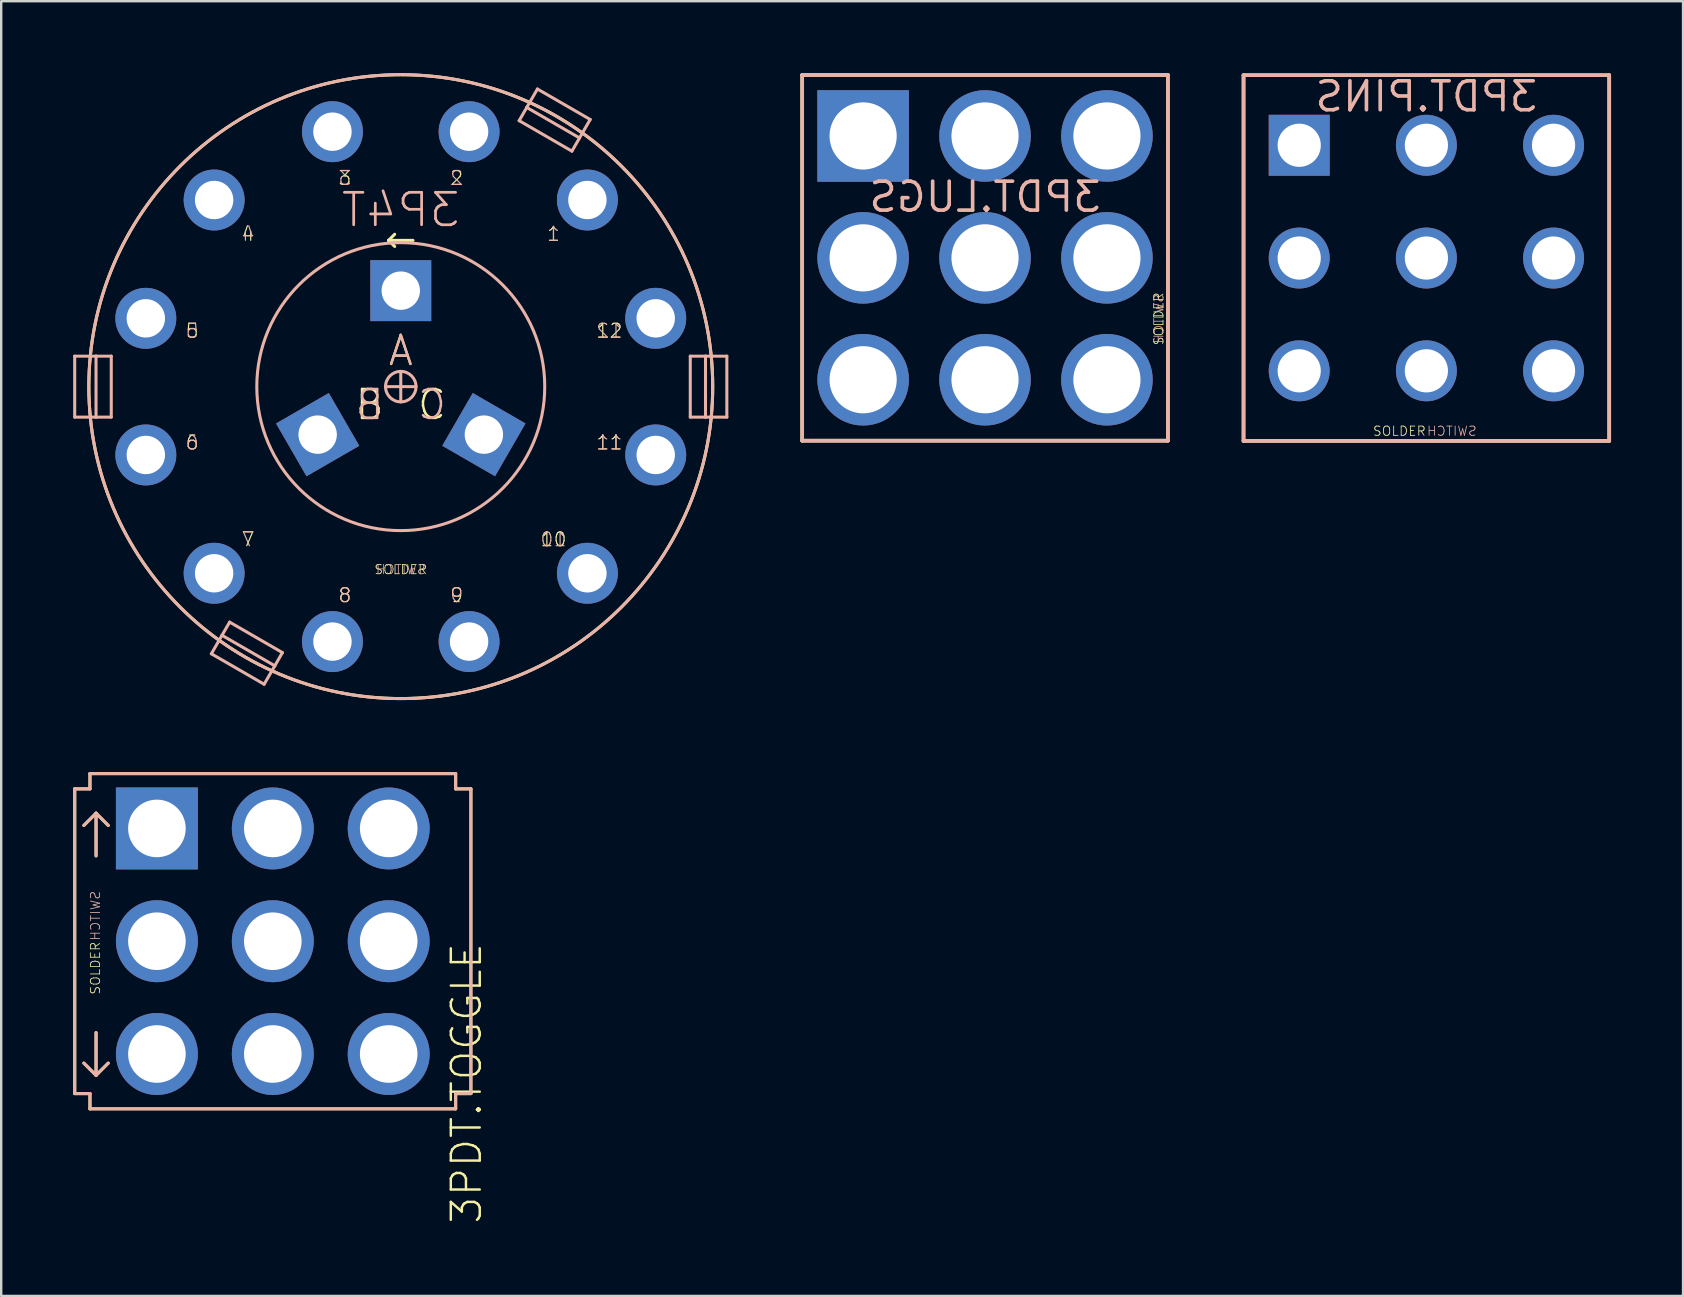
<source format=kicad_pcb>
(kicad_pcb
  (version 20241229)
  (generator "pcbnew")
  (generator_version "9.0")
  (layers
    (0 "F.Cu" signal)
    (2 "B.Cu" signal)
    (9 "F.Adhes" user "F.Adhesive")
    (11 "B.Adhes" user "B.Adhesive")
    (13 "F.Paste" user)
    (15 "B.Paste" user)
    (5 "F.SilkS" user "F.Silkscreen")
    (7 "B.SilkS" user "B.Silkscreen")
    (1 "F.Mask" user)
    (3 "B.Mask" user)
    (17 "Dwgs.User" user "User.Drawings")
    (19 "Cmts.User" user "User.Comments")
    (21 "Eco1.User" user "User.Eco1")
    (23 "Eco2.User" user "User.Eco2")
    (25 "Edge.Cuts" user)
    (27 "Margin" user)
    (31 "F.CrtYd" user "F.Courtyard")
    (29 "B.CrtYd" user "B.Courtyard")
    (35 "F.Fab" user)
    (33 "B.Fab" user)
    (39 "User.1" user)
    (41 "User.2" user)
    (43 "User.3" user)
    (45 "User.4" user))
  (footprint "3PDT.PINS"
    (layer "F.Cu")
    (at 56.394 7.704)
    (property "Reference" "3PDT.PINS" (at 0 -6.731 0) (layer "B.SilkS") (effects (font (size 1.206 1.206) (thickness 0.152)) (justify mirror)))
    (attr through_hole)
    (fp_line (start -7.62 -7.62) (end 7.62 -7.62) (stroke (width 0.152) (type solid)) (layer "F.SilkS"))
    (fp_line (start -7.62 7.62) (end -7.62 -7.62) (stroke (width 0.152) (type solid)) (layer "F.SilkS"))
    (fp_line (start 7.62 -7.62) (end 7.62 7.62) (stroke (width 0.152) (type solid)) (layer "F.SilkS"))
    (fp_line (start 7.62 7.62) (end -7.62 7.62) (stroke (width 0.152) (type solid)) (layer "F.SilkS"))
    (fp_line (start -7.62 -7.62) (end -7.62 7.62) (stroke (width 0.152) (type solid)) (layer "B.SilkS"))
    (fp_line (start -7.62 7.62) (end 7.62 7.62) (stroke (width 0.152) (type solid)) (layer "B.SilkS"))
    (fp_line (start -0.635 0) (end 0.635 0) (stroke (width 0.127) (type solid)) (layer "B.SilkS"))
    (fp_line (start 0 -0.635) (end 0 0.635) (stroke (width 0.127) (type solid)) (layer "B.SilkS"))
    (fp_line (start 7.62 -7.62) (end -7.62 -7.62) (stroke (width 0.152) (type solid)) (layer "B.SilkS"))
    (fp_line (start 7.62 7.62) (end 7.62 -7.62) (stroke (width 0.152) (type solid)) (layer "B.SilkS"))
    (fp_circle (center 0 0) (end 0.635 0) (stroke (width 0.127) (type solid)) (fill no) (layer "B.SilkS"))
    (fp_text user "SOLDER" (at 0 6.985 0) (layer "F.SilkS") (effects (font (size 0.386 0.386) (thickness 0.033)) (justify right top)))
    (fp_text user "SWITCH" (at 0 6.985 0) (layer "B.SilkS") (effects (font (size 0.386 0.386) (thickness 0.033)) (justify right top mirror)))
    (pad "A1" thru_hole rect (at -5.3 -4.7 180) (size 2.54 2.54) (drill 1.8) (layers "*.Cu" "*.Mask"))
    (pad "A2" thru_hole oval (at -5.3 0 180) (size 2.54 2.54) (drill 1.8) (layers "*.Cu" "*.Mask"))
    (pad "A3" thru_hole oval (at -5.3 4.7 180) (size 2.54 2.54) (drill 1.8) (layers "*.Cu" "*.Mask"))
    (pad "B1" thru_hole oval (at 0 -4.7 180) (size 2.54 2.54) (drill 1.8) (layers "*.Cu" "*.Mask"))
    (pad "B2" thru_hole oval (at 0 0 180) (size 2.54 2.54) (drill 1.8) (layers "*.Cu" "*.Mask"))
    (pad "B3" thru_hole oval (at 0 4.7 180) (size 2.54 2.54) (drill 1.8) (layers "*.Cu" "*.Mask"))
    (pad "C1" thru_hole oval (at 5.3 -4.7 180) (size 2.54 2.54) (drill 1.8) (layers "*.Cu" "*.Mask"))
    (pad "C2" thru_hole oval (at 5.3 0 180) (size 2.54 2.54) (drill 1.8) (layers "*.Cu" "*.Mask"))
    (pad "C3" thru_hole oval (at 5.3 4.7 180) (size 2.54 2.54) (drill 1.8) (layers "*.Cu" "*.Mask")))
  (footprint "3PDT.TOGGLE"
    (layer "F.Cu")
    (at 8.319 36.175)
    (property "Reference" "3PDT.TOGGLE" (at 7.366 0 90) (layer "F.SilkS") (effects (font (size 1.206 1.206) (thickness 0.102)) (justify right top)))
    (attr through_hole)
    (fp_line (start -8.255 -6.35) (end -8.255 6.35) (stroke (width 0.127) (type solid)) (layer "F.SilkS"))
    (fp_line (start -8.255 6.35) (end -7.62 6.35) (stroke (width 0.127) (type solid)) (layer "F.SilkS"))
    (fp_line (start -7.62 -6.985) (end -7.62 -6.35) (stroke (width 0.127) (type solid)) (layer "F.SilkS"))
    (fp_line (start -7.62 -6.35) (end -8.255 -6.35) (stroke (width 0.127) (type solid)) (layer "F.SilkS"))
    (fp_line (start -7.62 6.35) (end -7.62 6.985) (stroke (width 0.127) (type solid)) (layer "F.SilkS"))
    (fp_line (start -7.62 6.985) (end 7.62 6.985) (stroke (width 0.127) (type solid)) (layer "F.SilkS"))
    (fp_line (start -7.366 -5.334) (end -7.874 -4.826) (stroke (width 0.127) (type solid)) (layer "F.SilkS"))
    (fp_line (start -7.366 -5.334) (end -6.858 -4.826) (stroke (width 0.127) (type solid)) (layer "F.SilkS"))
    (fp_line (start -7.366 -3.556) (end -7.366 -5.334) (stroke (width 0.127) (type solid)) (layer "F.SilkS"))
    (fp_line (start -7.366 3.81) (end -7.366 5.588) (stroke (width 0.127) (type solid)) (layer "F.SilkS"))
    (fp_line (start -7.366 5.588) (end -7.874 5.08) (stroke (width 0.127) (type solid)) (layer "F.SilkS"))
    (fp_line (start -7.366 5.588) (end -6.858 5.08) (stroke (width 0.127) (type solid)) (layer "F.SilkS"))
    (fp_line (start 7.62 -6.985) (end -7.62 -6.985) (stroke (width 0.127) (type solid)) (layer "F.SilkS"))
    (fp_line (start 7.62 -6.35) (end 7.62 -6.985) (stroke (width 0.127) (type solid)) (layer "F.SilkS"))
    (fp_line (start 7.62 6.35) (end 8.255 6.35) (stroke (width 0.127) (type solid)) (layer "F.SilkS"))
    (fp_line (start 7.62 6.985) (end 7.62 6.35) (stroke (width 0.127) (type solid)) (layer "F.SilkS"))
    (fp_line (start 8.255 -6.35) (end 7.62 -6.35) (stroke (width 0.127) (type solid)) (layer "F.SilkS"))
    (fp_line (start 8.255 6.35) (end 8.255 -6.35) (stroke (width 0.127) (type solid)) (layer "F.SilkS"))
    (fp_line (start -8.255 -6.35) (end -7.62 -6.35) (stroke (width 0.127) (type solid)) (layer "B.SilkS"))
    (fp_line (start -8.255 6.35) (end -8.255 -6.35) (stroke (width 0.127) (type solid)) (layer "B.SilkS"))
    (fp_line (start -7.62 -6.985) (end 7.62 -6.985) (stroke (width 0.127) (type solid)) (layer "B.SilkS"))
    (fp_line (start -7.62 -6.35) (end -7.62 -6.985) (stroke (width 0.127) (type solid)) (layer "B.SilkS"))
    (fp_line (start -7.62 6.35) (end -8.255 6.35) (stroke (width 0.127) (type solid)) (layer "B.SilkS"))
    (fp_line (start -7.62 6.985) (end -7.62 6.35) (stroke (width 0.127) (type solid)) (layer "B.SilkS"))
    (fp_line (start -7.366 -5.334) (end -7.874 -4.826) (stroke (width 0.127) (type solid)) (layer "B.SilkS"))
    (fp_line (start -7.366 -5.334) (end -6.858 -4.826) (stroke (width 0.127) (type solid)) (layer "B.SilkS"))
    (fp_line (start -7.366 -3.556) (end -7.366 -5.334) (stroke (width 0.127) (type solid)) (layer "B.SilkS"))
    (fp_line (start -7.366 3.81) (end -7.366 5.588) (stroke (width 0.127) (type solid)) (layer "B.SilkS"))
    (fp_line (start -7.366 5.588) (end -7.874 5.08) (stroke (width 0.127) (type solid)) (layer "B.SilkS"))
    (fp_line (start -7.366 5.588) (end -6.858 5.08) (stroke (width 0.127) (type solid)) (layer "B.SilkS"))
    (fp_line (start -0.635 0) (end 0.635 0) (stroke (width 0.127) (type solid)) (layer "B.SilkS"))
    (fp_line (start 0 -0.635) (end 0 0.635) (stroke (width 0.127) (type solid)) (layer "B.SilkS"))
    (fp_line (start 7.62 -6.985) (end 7.62 -6.35) (stroke (width 0.127) (type solid)) (layer "B.SilkS"))
    (fp_line (start 7.62 -6.35) (end 8.255 -6.35) (stroke (width 0.127) (type solid)) (layer "B.SilkS"))
    (fp_line (start 7.62 6.35) (end 7.62 6.985) (stroke (width 0.127) (type solid)) (layer "B.SilkS"))
    (fp_line (start 7.62 6.985) (end -7.62 6.985) (stroke (width 0.127) (type solid)) (layer "B.SilkS"))
    (fp_line (start 8.255 -6.35) (end 8.255 6.35) (stroke (width 0.127) (type solid)) (layer "B.SilkS"))
    (fp_line (start 8.255 6.35) (end 7.62 6.35) (stroke (width 0.127) (type solid)) (layer "B.SilkS"))
    (fp_circle (center 0 0) (end 0.635 0) (stroke (width 0.127) (type solid)) (fill no) (layer "B.SilkS"))
    (fp_text user "SOLDER" (at -7.62 0 90) (layer "F.SilkS") (effects (font (size 0.386 0.386) (thickness 0.033)) (justify right top)))
    (fp_text user "SWITCH" (at -7.62 0 270) (layer "B.SilkS") (effects (font (size 0.386 0.386) (thickness 0.033)) (justify right top mirror)))
    (pad "A1" thru_hole rect (at -4.83 -4.7) (size 3.416 3.416) (drill 2.4) (layers "*.Cu" "*.Mask"))
    (pad "A2" thru_hole oval (at -4.83 0) (size 3.416 3.416) (drill 2.4) (layers "*.Cu" "*.Mask"))
    (pad "A3" thru_hole oval (at -4.83 4.7) (size 3.416 3.416) (drill 2.4) (layers "*.Cu" "*.Mask"))
    (pad "B1" thru_hole oval (at 0 -4.7) (size 3.416 3.416) (drill 2.4) (layers "*.Cu" "*.Mask"))
    (pad "B2" thru_hole oval (at 0 0) (size 3.416 3.416) (drill 2.4) (layers "*.Cu" "*.Mask"))
    (pad "B3" thru_hole oval (at 0 4.7) (size 3.416 3.416) (drill 2.4) (layers "*.Cu" "*.Mask"))
    (pad "C1" thru_hole oval (at 4.83 -4.7) (size 3.416 3.416) (drill 2.4) (layers "*.Cu" "*.Mask"))
    (pad "C2" thru_hole oval (at 4.83 0) (size 3.416 3.416) (drill 2.4) (layers "*.Cu" "*.Mask"))
    (pad "C3" thru_hole oval (at 4.83 4.7) (size 3.416 3.416) (drill 2.4) (layers "*.Cu" "*.Mask")))
  (footprint "3PDT.LUGS"
    (layer "F.Cu")
    (at 38.001 7.696)
    (property "Reference" "3PDT.LUGS" (at 0 -2.54 0) (layer "B.SilkS") (effects (font (size 1.206 1.206) (thickness 0.152)) (justify mirror)))
    (attr through_hole)
    (fp_line (start -7.62 -7.62) (end 7.62 -7.62) (stroke (width 0.152) (type solid)) (layer "F.SilkS"))
    (fp_line (start -7.62 7.62) (end -7.62 -7.62) (stroke (width 0.152) (type solid)) (layer "F.SilkS"))
    (fp_line (start 7.62 -7.62) (end 7.62 7.62) (stroke (width 0.152) (type solid)) (layer "F.SilkS"))
    (fp_line (start 7.62 7.62) (end -7.62 7.62) (stroke (width 0.152) (type solid)) (layer "F.SilkS"))
    (fp_line (start -7.62 -7.62) (end -7.62 7.62) (stroke (width 0.152) (type solid)) (layer "B.SilkS"))
    (fp_line (start -7.62 7.62) (end 7.62 7.62) (stroke (width 0.152) (type solid)) (layer "B.SilkS"))
    (fp_line (start -0.635 0) (end 0.635 0) (stroke (width 0.127) (type solid)) (layer "B.SilkS"))
    (fp_line (start 0 -0.635) (end 0 0.635) (stroke (width 0.127) (type solid)) (layer "B.SilkS"))
    (fp_line (start 7.62 -7.62) (end -7.62 -7.62) (stroke (width 0.152) (type solid)) (layer "B.SilkS"))
    (fp_line (start 7.62 7.62) (end 7.62 -7.62) (stroke (width 0.152) (type solid)) (layer "B.SilkS"))
    (fp_circle (center 0 0) (end 0.635 0) (stroke (width 0.127) (type solid)) (fill no) (layer "B.SilkS"))
    (fp_text user "SOLDER" (at 7.239 2.54 90) (layer "F.SilkS") (effects (font (size 0.386 0.386) (thickness 0.033))))
    (fp_text user "SWITCH" (at 7.239 2.54 270) (layer "B.SilkS") (effects (font (size 0.386 0.386) (thickness 0.033)) (justify mirror)))
    (pad "1" thru_hole rect (at -5.08 -5.08 180) (size 3.816 3.816) (drill 2.8) (layers "*.Cu" "*.Mask"))
    (pad "2" thru_hole oval (at -5.08 0 180) (size 3.816 3.816) (drill 2.8) (layers "*.Cu" "*.Mask"))
    (pad "3" thru_hole oval (at -5.08 5.08 180) (size 3.816 3.816) (drill 2.8) (layers "*.Cu" "*.Mask"))
    (pad "4" thru_hole oval (at 0 -5.08 180) (size 3.816 3.816) (drill 2.8) (layers "*.Cu" "*.Mask"))
    (pad "5" thru_hole oval (at 0 0 180) (size 3.816 3.816) (drill 2.8) (layers "*.Cu" "*.Mask"))
    (pad "6" thru_hole oval (at 0 5.08 180) (size 3.816 3.816) (drill 2.8) (layers "*.Cu" "*.Mask"))
    (pad "7" thru_hole oval (at 5.08 -5.08 180) (size 3.816 3.816) (drill 2.8) (layers "*.Cu" "*.Mask"))
    (pad "8" thru_hole oval (at 5.08 0 180) (size 3.816 3.816) (drill 2.8) (layers "*.Cu" "*.Mask"))
    (pad "9" thru_hole oval (at 5.08 5.08 180) (size 3.816 3.816) (drill 2.8) (layers "*.Cu" "*.Mask")))
  (footprint "3P4T"
    (layer "F.Cu")
    (at 13.652 13.063)
    (property "Reference" "3P4T" (at 0 -7.366 0) (layer "B.SilkS") (effects (font (size 1.351 1.351) (thickness 0.114)) (justify mirror)))
    (attr through_hole)
    (fp_line (start -0.508 -6.096) (end -0.254 -6.35) (stroke (width 0.127) (type solid)) (layer "F.SilkS"))
    (fp_line (start -0.508 -6.096) (end -0.254 -5.842) (stroke (width 0.127) (type solid)) (layer "F.SilkS"))
    (fp_line (start 0.508 -6.096) (end -0.508 -6.096) (stroke (width 0.127) (type solid)) (layer "F.SilkS"))
    (fp_circle (center 0 0) (end 13 0) (stroke (width 0.127) (type solid)) (fill no) (layer "F.SilkS"))
    (fp_line (start -13.589 -1.27) (end -12.7 -1.27) (stroke (width 0.127) (type solid)) (layer "B.SilkS"))
    (fp_line (start -13.589 1.27) (end -13.589 -1.27) (stroke (width 0.127) (type solid)) (layer "B.SilkS"))
    (fp_line (start -12.7 -1.27) (end -12.065 -1.27) (stroke (width 0.127) (type solid)) (layer "B.SilkS"))
    (fp_line (start -12.7 1.27) (end -13.589 1.27) (stroke (width 0.127) (type solid)) (layer "B.SilkS"))
    (fp_line (start -12.7 1.27) (end -12.7 -1.27) (stroke (width 0.127) (type solid)) (layer "B.SilkS"))
    (fp_line (start -12.065 -1.27) (end -12.065 1.27) (stroke (width 0.127) (type solid)) (layer "B.SilkS"))
    (fp_line (start -12.065 1.27) (end -12.7 1.27) (stroke (width 0.127) (type solid)) (layer "B.SilkS"))
    (fp_line (start -7.894 11.133) (end -7.45 10.364) (stroke (width 0.127) (type solid)) (layer "B.SilkS"))
    (fp_line (start -7.45 10.364) (end -7.132 9.814) (stroke (width 0.127) (type solid)) (layer "B.SilkS"))
    (fp_line (start -7.132 9.814) (end -4.933 11.084) (stroke (width 0.127) (type solid)) (layer "B.SilkS"))
    (fp_line (start -5.695 12.403) (end -7.894 11.133) (stroke (width 0.127) (type solid)) (layer "B.SilkS"))
    (fp_line (start -5.25 11.634) (end -7.45 10.364) (stroke (width 0.127) (type solid)) (layer "B.SilkS"))
    (fp_line (start -5.25 11.634) (end -5.695 12.403) (stroke (width 0.127) (type solid)) (layer "B.SilkS"))
    (fp_line (start -4.933 11.084) (end -5.25 11.634) (stroke (width 0.127) (type solid)) (layer "B.SilkS"))
    (fp_line (start -0.635 0) (end 0.635 0) (stroke (width 0.127) (type solid)) (layer "B.SilkS"))
    (fp_line (start 0 -0.635) (end 0 0.635) (stroke (width 0.127) (type solid)) (layer "B.SilkS"))
    (fp_line (start 4.933 -11.084) (end 5.25 -11.634) (stroke (width 0.127) (type solid)) (layer "B.SilkS"))
    (fp_line (start 5.25 -11.634) (end 5.695 -12.403) (stroke (width 0.127) (type solid)) (layer "B.SilkS"))
    (fp_line (start 5.25 -11.634) (end 7.45 -10.364) (stroke (width 0.127) (type solid)) (layer "B.SilkS"))
    (fp_line (start 5.695 -12.403) (end 7.894 -11.133) (stroke (width 0.127) (type solid)) (layer "B.SilkS"))
    (fp_line (start 7.132 -9.814) (end 4.933 -11.084) (stroke (width 0.127) (type solid)) (layer "B.SilkS"))
    (fp_line (start 7.45 -10.364) (end 7.132 -9.814) (stroke (width 0.127) (type solid)) (layer "B.SilkS"))
    (fp_line (start 7.894 -11.133) (end 7.45 -10.364) (stroke (width 0.127) (type solid)) (layer "B.SilkS"))
    (fp_line (start 12.065 -1.27) (end 12.7 -1.27) (stroke (width 0.127) (type solid)) (layer "B.SilkS"))
    (fp_line (start 12.065 1.27) (end 12.065 -1.27) (stroke (width 0.127) (type solid)) (layer "B.SilkS"))
    (fp_line (start 12.7 -1.27) (end 12.7 1.27) (stroke (width 0.127) (type solid)) (layer "B.SilkS"))
    (fp_line (start 12.7 -1.27) (end 13.589 -1.27) (stroke (width 0.127) (type solid)) (layer "B.SilkS"))
    (fp_line (start 12.7 1.27) (end 12.065 1.27) (stroke (width 0.127) (type solid)) (layer "B.SilkS"))
    (fp_line (start 13.589 -1.27) (end 13.589 1.27) (stroke (width 0.127) (type solid)) (layer "B.SilkS"))
    (fp_line (start 13.589 1.27) (end 12.7 1.27) (stroke (width 0.127) (type solid)) (layer "B.SilkS"))
    (fp_circle (center 0 0) (end 0.635 0) (stroke (width 0.127) (type solid)) (fill no) (layer "B.SilkS"))
    (fp_circle (center 0 0) (end 6 0) (stroke (width 0.127) (type solid)) (fill no) (layer "B.SilkS"))
    (fp_circle (center 0 0) (end 13 0) (stroke (width 0.127) (type solid)) (fill no) (layer "B.SilkS"))
    (fp_text user "4" (at -6.364 -6.364 0) (layer "F.SilkS") (effects (font (size 0.579 0.579) (thickness 0.049))))
    (fp_text user "C" (at 1.299 0.75 0) (layer "F.SilkS") (effects (font (size 1.206 1.206) (thickness 0.102))))
    (fp_text user "3" (at -2.329 -8.693 0) (layer "F.SilkS") (effects (font (size 0.579 0.579) (thickness 0.049))))
    (fp_text user "1" (at 6.364 -6.364 0) (layer "F.SilkS") (effects (font (size 0.579 0.579) (thickness 0.049))))
    (fp_text user "12" (at 8.693 -2.329 0) (layer "F.SilkS") (effects (font (size 0.579 0.579) (thickness 0.049))))
    (fp_text user "6" (at -8.693 2.329 0) (layer "F.SilkS") (effects (font (size 0.579 0.579) (thickness 0.049))))
    (fp_text user "11" (at 8.693 2.329 0) (layer "F.SilkS") (effects (font (size 0.579 0.579) (thickness 0.049))))
    (fp_text user "10" (at 6.364 6.364 0) (layer "F.SilkS") (effects (font (size 0.579 0.579) (thickness 0.049))))
    (fp_text user "SOLDER" (at 0 7.62 0) (layer "F.SilkS") (effects (font (size 0.386 0.386) (thickness 0.033))))
    (fp_text user "7" (at -6.364 6.364 0) (layer "F.SilkS") (effects (font (size 0.579 0.579) (thickness 0.049))))
    (fp_text user "B" (at -1.299 0.75 0) (layer "F.SilkS") (effects (font (size 1.206 1.206) (thickness 0.102))))
    (fp_text user "A" (at 0 -1.5 0) (layer "F.SilkS") (effects (font (size 1.206 1.206) (thickness 0.102))))
    (fp_text user "5" (at -8.693 -2.329 0) (layer "F.SilkS") (effects (font (size 0.579 0.579) (thickness 0.049))))
    (fp_text user "2" (at 2.329 -8.693 0) (layer "F.SilkS") (effects (font (size 0.579 0.579) (thickness 0.049))))
    (fp_text user "8" (at -2.329 8.693 0) (layer "F.SilkS") (effects (font (size 0.579 0.579) (thickness 0.049))))
    (fp_text user "9" (at 2.329 8.693 0) (layer "F.SilkS") (effects (font (size 0.579 0.579) (thickness 0.049))))
    (fp_text user "8" (at -2.329 8.693 0) (layer "B.SilkS") (effects (font (size 0.579 0.579) (thickness 0.049)) (justify mirror)))
    (fp_text user "B" (at -1.299 0.75 0) (layer "B.SilkS") (effects (font (size 1.206 1.206) (thickness 0.102)) (justify mirror)))
    (fp_text user "5" (at -8.693 -2.329 0) (layer "B.SilkS") (effects (font (size 0.579 0.579) (thickness 0.049)) (justify mirror)))
    (fp_text user "3" (at -2.329 -8.693 0) (layer "B.SilkS") (effects (font (size 0.579 0.579) (thickness 0.049)) (justify mirror)))
    (fp_text user "2" (at 2.329 -8.693 0) (layer "B.SilkS") (effects (font (size 0.579 0.579) (thickness 0.049)) (justify mirror)))
    (fp_text user "SWITCH" (at 0 7.62 0) (layer "B.SilkS") (effects (font (size 0.386 0.386) (thickness 0.033)) (justify mirror)))
    (fp_text user "A" (at 0 -1.5 0) (layer "B.SilkS") (effects (font (size 1.206 1.206) (thickness 0.102)) (justify mirror)))
    (fp_text user "12" (at 8.693 -2.329 0) (layer "B.SilkS") (effects (font (size 0.579 0.579) (thickness 0.049)) (justify mirror)))
    (fp_text user "4" (at -6.364 -6.364 0) (layer "B.SilkS") (effects (font (size 0.579 0.579) (thickness 0.049)) (justify mirror)))
    (fp_text user "6" (at -8.693 2.329 0) (layer "B.SilkS") (effects (font (size 0.579 0.579) (thickness 0.049)) (justify mirror)))
    (fp_text user "C" (at 1.299 0.75 0) (layer "B.SilkS") (effects (font (size 1.206 1.206) (thickness 0.102)) (justify mirror)))
    (fp_text user "7" (at -6.364 6.364 0) (layer "B.SilkS") (effects (font (size 0.579 0.579) (thickness 0.049)) (justify mirror)))
    (fp_text user "9" (at 2.329 8.693 0) (layer "B.SilkS") (effects (font (size 0.579 0.579) (thickness 0.049)) (justify mirror)))
    (fp_text user "1" (at 6.364 -6.364 0) (layer "B.SilkS") (effects (font (size 0.579 0.579) (thickness 0.049)) (justify mirror)))
    (fp_text user "10" (at 6.364 6.364 0) (layer "B.SilkS") (effects (font (size 0.579 0.579) (thickness 0.049)) (justify mirror)))
    (fp_text user "11" (at 8.693 2.329 0) (layer "B.SilkS") (effects (font (size 0.579 0.579) (thickness 0.049)) (justify mirror)))
    (pad "A" thru_hole rect (at 0 -4) (size 2.54 2.54) (drill 1.6) (layers "*.Cu" "*.Mask"))
    (pad "A1" thru_hole oval (at 7.778 -7.778 315) (size 2.54 2.54) (drill 1.6) (layers "*.Cu" "*.Mask"))
    (pad "A2" thru_hole oval (at 2.847 -10.625 345) (size 2.54 2.54) (drill 1.6) (layers "*.Cu" "*.Mask"))
    (pad "A3" thru_hole oval (at -2.847 -10.625 15) (size 2.54 2.54) (drill 1.6) (layers "*.Cu" "*.Mask"))
    (pad "A4" thru_hole oval (at -7.778 -7.778 45) (size 2.54 2.54) (drill 1.6) (layers "*.Cu" "*.Mask"))
    (pad "B" thru_hole rect (at -3.464 2 120) (size 2.54 2.54) (drill 1.6) (layers "*.Cu" "*.Mask"))
    (pad "B1" thru_hole oval (at -10.625 -2.847 75) (size 2.54 2.54) (drill 1.6) (layers "*.Cu" "*.Mask"))
    (pad "B2" thru_hole oval (at -10.625 2.847 105) (size 2.54 2.54) (drill 1.6) (layers "*.Cu" "*.Mask"))
    (pad "B3" thru_hole oval (at -7.778 7.778 135) (size 2.54 2.54) (drill 1.6) (layers "*.Cu" "*.Mask"))
    (pad "B4" thru_hole oval (at -2.847 10.625 165) (size 2.54 2.54) (drill 1.6) (layers "*.Cu" "*.Mask"))
    (pad "C" thru_hole rect (at 3.464 2 240) (size 2.54 2.54) (drill 1.6) (layers "*.Cu" "*.Mask"))
    (pad "C1" thru_hole oval (at 2.847 10.625 195) (size 2.54 2.54) (drill 1.6) (layers "*.Cu" "*.Mask"))
    (pad "C2" thru_hole oval (at 7.778 7.778 225) (size 2.54 2.54) (drill 1.6) (layers "*.Cu" "*.Mask"))
    (pad "C3" thru_hole oval (at 10.625 2.847 255) (size 2.54 2.54) (drill 1.6) (layers "*.Cu" "*.Mask"))
    (pad "C4" thru_hole oval (at 10.625 -2.847 285) (size 2.54 2.54) (drill 1.6) (layers "*.Cu" "*.Mask")))
  (gr_rect
    (start -3 -3)
    (end 67.09 50.959)
    (stroke (width 0.1) (type default))
    (fill no)
    (layer "Edge.Cuts")))
</source>
